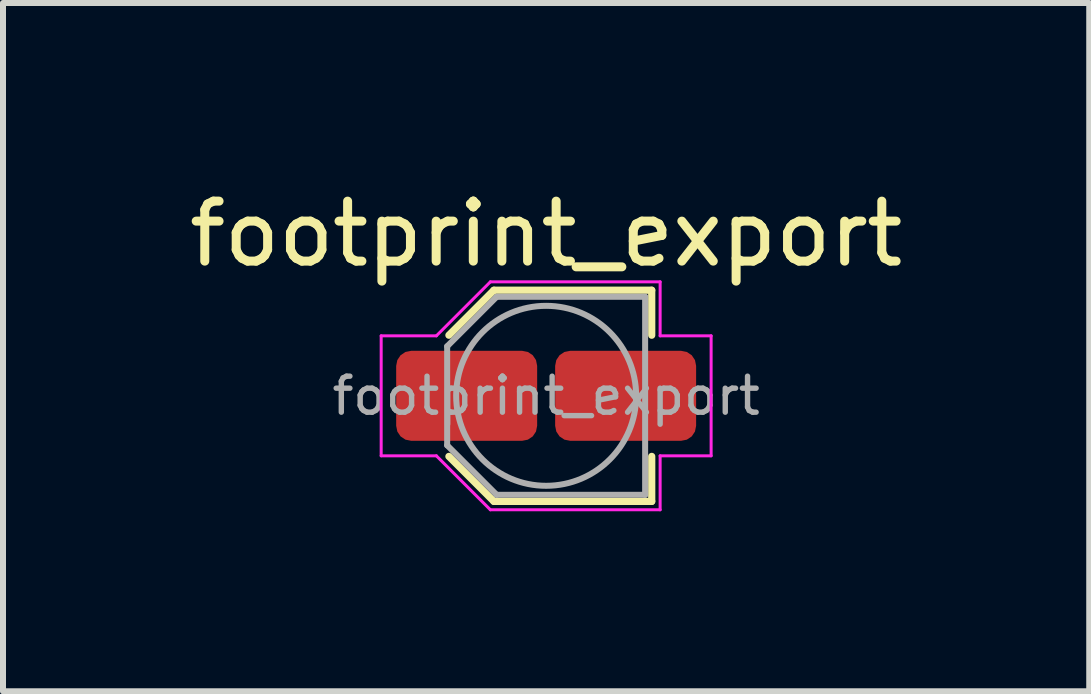
<source format=kicad_pcb>
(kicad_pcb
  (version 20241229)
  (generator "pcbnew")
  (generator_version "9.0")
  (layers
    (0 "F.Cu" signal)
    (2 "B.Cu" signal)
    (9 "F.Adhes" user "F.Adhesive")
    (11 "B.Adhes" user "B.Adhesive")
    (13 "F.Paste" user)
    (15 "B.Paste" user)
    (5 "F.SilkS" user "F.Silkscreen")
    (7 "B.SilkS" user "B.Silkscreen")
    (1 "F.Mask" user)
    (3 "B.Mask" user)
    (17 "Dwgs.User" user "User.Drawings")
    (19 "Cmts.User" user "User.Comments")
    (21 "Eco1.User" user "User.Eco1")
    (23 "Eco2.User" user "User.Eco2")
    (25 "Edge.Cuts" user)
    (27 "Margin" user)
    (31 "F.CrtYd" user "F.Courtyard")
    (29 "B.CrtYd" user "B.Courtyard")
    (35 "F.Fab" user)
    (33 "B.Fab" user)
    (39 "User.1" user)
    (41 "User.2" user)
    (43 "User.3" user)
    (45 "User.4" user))
  (footprint "footprint_export"
    (layer "F.Cu")
    (at 6.054 3.548)
    (property "Reference" "footprint_export" (at 0 -2.7 0) (layer "F.SilkS") (effects (font (size 1 1) (thickness 0.15))))
    (attr smd)
    (fp_line (start -1.621 -1.01) (end -0.871 -1.76) (stroke (width 0.12) (type solid)) (layer "F.SilkS"))
    (fp_line (start -1.621 1.01) (end -0.871 1.76) (stroke (width 0.12) (type solid)) (layer "F.SilkS"))
    (fp_line (start -0.871 -1.76) (end 1.76 -1.76) (stroke (width 0.12) (type solid)) (layer "F.SilkS"))
    (fp_line (start -0.871 1.76) (end 1.76 1.76) (stroke (width 0.12) (type solid)) (layer "F.SilkS"))
    (fp_line (start 1.76 -1.76) (end 1.76 -1.01) (stroke (width 0.12) (type solid)) (layer "F.SilkS"))
    (fp_line (start 1.76 1.76) (end 1.76 1.01) (stroke (width 0.12) (type solid)) (layer "F.SilkS"))
    (fp_line (start -2.75 -1) (end -2.75 1) (stroke (width 0.05) (type solid)) (layer "F.CrtYd"))
    (fp_line (start -2.75 1) (end -1.83 1) (stroke (width 0.05) (type solid)) (layer "F.CrtYd"))
    (fp_line (start -1.83 -1) (end -2.75 -1) (stroke (width 0.05) (type solid)) (layer "F.CrtYd"))
    (fp_line (start -1.83 -1) (end -0.93 -1.9) (stroke (width 0.05) (type solid)) (layer "F.CrtYd"))
    (fp_line (start -1.83 1) (end -0.93 1.9) (stroke (width 0.05) (type solid)) (layer "F.CrtYd"))
    (fp_line (start -0.93 -1.9) (end 1.9 -1.9) (stroke (width 0.05) (type solid)) (layer "F.CrtYd"))
    (fp_line (start -0.93 1.9) (end 1.9 1.9) (stroke (width 0.05) (type solid)) (layer "F.CrtYd"))
    (fp_line (start 1.9 -1.9) (end 1.9 -1) (stroke (width 0.05) (type solid)) (layer "F.CrtYd"))
    (fp_line (start 1.9 -1) (end 2.75 -1) (stroke (width 0.05) (type solid)) (layer "F.CrtYd"))
    (fp_line (start 1.9 1) (end 1.9 1.9) (stroke (width 0.05) (type solid)) (layer "F.CrtYd"))
    (fp_line (start 2.75 -1) (end 2.75 1) (stroke (width 0.05) (type solid)) (layer "F.CrtYd"))
    (fp_line (start 2.75 1) (end 1.9 1) (stroke (width 0.05) (type solid)) (layer "F.CrtYd"))
    (fp_line (start -1.65 -0.825) (end -1.65 0.825) (stroke (width 0.1) (type solid)) (layer "F.Fab"))
    (fp_line (start -1.65 -0.825) (end -0.825 -1.65) (stroke (width 0.1) (type solid)) (layer "F.Fab"))
    (fp_line (start -1.65 0.825) (end -0.825 1.65) (stroke (width 0.1) (type solid)) (layer "F.Fab"))
    (fp_line (start -0.825 -1.65) (end 1.65 -1.65) (stroke (width 0.1) (type solid)) (layer "F.Fab"))
    (fp_line (start -0.825 1.65) (end 1.65 1.65) (stroke (width 0.1) (type solid)) (layer "F.Fab"))
    (fp_line (start 1.65 -1.65) (end 1.65 1.65) (stroke (width 0.1) (type solid)) (layer "F.Fab"))
    (fp_circle (center 0 0) (end 1.5 0) (stroke (width 0.1) (type solid)) (fill no) (layer "F.Fab"))
    (fp_text user "${REFERENCE}" (at 0 0 0) (layer "F.Fab") (effects (font (size 0.6 0.6) (thickness 0.09))))
    (pad "1" smd roundrect (at -1.325 0) (size 2.35 1.5) (layers "F.Cu" "F.Mask" "F.Paste") (roundrect_rratio 0.167))
    (pad "2" smd roundrect (at 1.325 0) (size 2.35 1.5) (layers "F.Cu" "F.Mask" "F.Paste") (roundrect_rratio 0.167)))
  (gr_rect
    (start -3 -3)
    (end 15.107 8.473)
    (stroke (width 0.1) (type default))
    (fill no)
    (layer "Edge.Cuts")))
</source>
